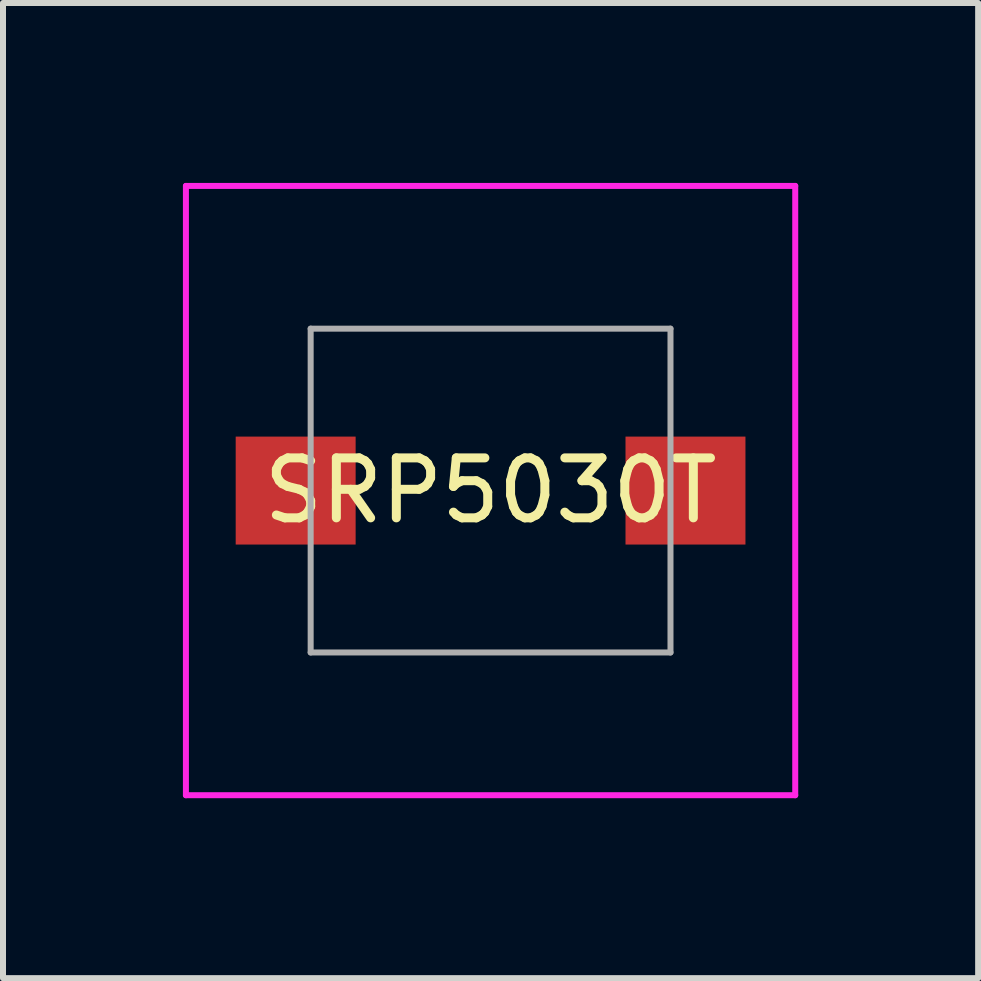
<source format=kicad_pcb>
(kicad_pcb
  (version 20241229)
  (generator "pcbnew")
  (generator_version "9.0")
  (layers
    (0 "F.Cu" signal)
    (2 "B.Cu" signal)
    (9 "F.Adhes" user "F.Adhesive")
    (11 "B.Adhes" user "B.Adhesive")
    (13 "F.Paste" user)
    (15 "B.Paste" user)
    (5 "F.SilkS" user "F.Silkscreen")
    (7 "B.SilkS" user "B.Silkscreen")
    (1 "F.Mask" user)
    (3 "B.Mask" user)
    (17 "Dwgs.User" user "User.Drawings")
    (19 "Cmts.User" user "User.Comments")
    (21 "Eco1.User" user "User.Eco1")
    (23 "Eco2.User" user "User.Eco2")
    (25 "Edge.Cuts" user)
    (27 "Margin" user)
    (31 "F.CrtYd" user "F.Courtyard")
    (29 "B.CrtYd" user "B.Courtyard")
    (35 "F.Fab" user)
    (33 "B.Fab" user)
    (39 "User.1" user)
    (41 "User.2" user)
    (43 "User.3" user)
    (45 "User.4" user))
  (footprint "SRP5030T"
    (layer "F.Cu")
    (at 5.13 5.13)
    (property "Reference" "SRP5030T" (at 0 0 0) (layer "F.SilkS") (effects (font (size 1 1) (thickness 0.15))))
    (attr through_hole)
    (fp_line (start -5.08 -5.08) (end -5.08 5.08) (stroke (width 0.1) (type solid)) (layer "F.CrtYd"))
    (fp_line (start -5.08 5.08) (end 5.08 5.08) (stroke (width 0.1) (type solid)) (layer "F.CrtYd"))
    (fp_line (start 5.08 -5.08) (end -5.08 -5.08) (stroke (width 0.1) (type solid)) (layer "F.CrtYd"))
    (fp_line (start 5.08 5.08) (end 5.08 -5.08) (stroke (width 0.1) (type solid)) (layer "F.CrtYd"))
    (fp_line (start -3 -2.7) (end 3 -2.7) (stroke (width 0.1) (type solid)) (layer "F.Fab"))
    (fp_line (start -3 2.7) (end -3 -2.7) (stroke (width 0.1) (type solid)) (layer "F.Fab"))
    (fp_line (start 3 -2.7) (end 3 2.7) (stroke (width 0.1) (type solid)) (layer "F.Fab"))
    (fp_line (start 3 2.7) (end -3 2.7) (stroke (width 0.1) (type solid)) (layer "F.Fab"))
    (pad "1" smd rect (at -3.25 0) (size 2 1.8) (layers "F.Cu" "F.Mask" "F.Paste"))
    (pad "2" smd rect (at 3.25 0) (size 2 1.8) (layers "F.Cu" "F.Mask" "F.Paste")))
  (gr_rect
    (start -3 -3)
    (end 13.26 13.26)
    (stroke (width 0.1) (type default))
    (fill no)
    (layer "Edge.Cuts")))
</source>
